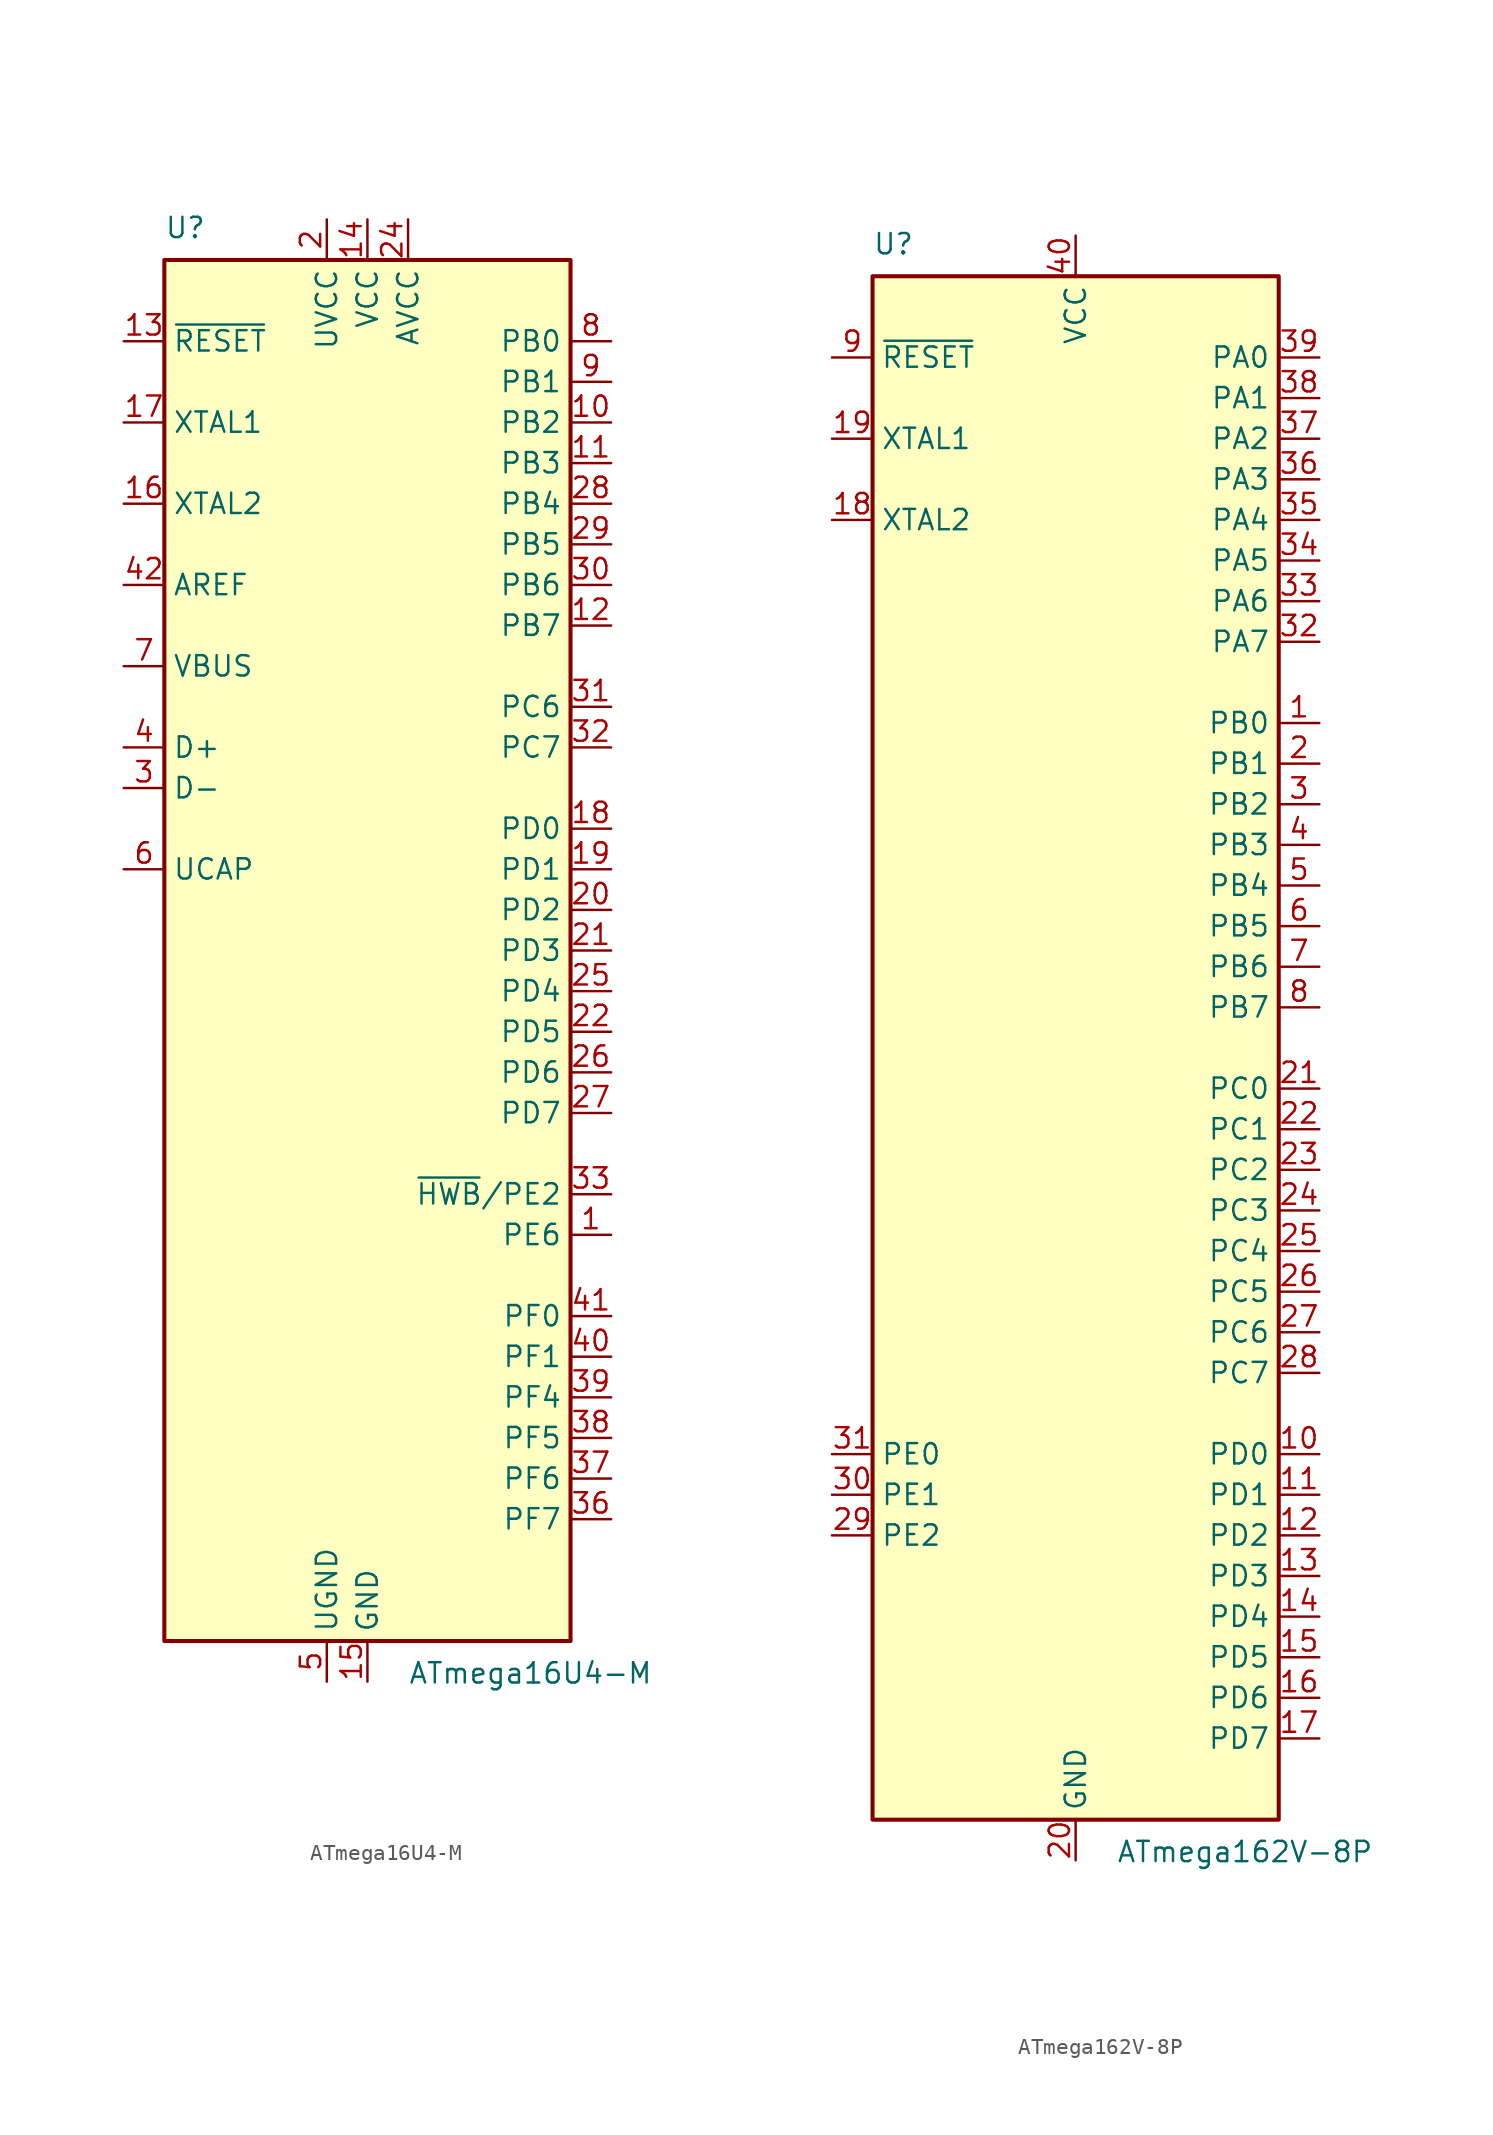
<source format=kicad_sym>
(kicad_symbol_lib
  (version 20231120)
  (generator "kicad_symbol_editor")
  (generator_version "8.0")
  (symbol "ATmega16U4-M"
    (property "Reference" "U"
      (at -12.7 44.45 0)
      (effects (font (size 1.27 1.27)) (justify left bottom)))
    (property "Value" "ATmega16U4-M"
      (at 2.54 -44.45 0)
      (effects (font (size 1.27 1.27)) (justify left top)))
    (symbol "ATmega16U4-M_0_1"
      (rectangle (start -12.7 -43.18) (end 12.7 43.18) (stroke (width 0.254) (type default)) (fill (type background))))
    (symbol "ATmega16U4-M_1_1"
      (pin bidirectional line (at 15.24 -17.78 180) (length 2.54) (name "PE6" (effects (font (size 1.27 1.27)))) (number "1" (effects (font (size 1.27 1.27)))))
      (pin bidirectional line (at 15.24 33.02 180) (length 2.54) (name "PB2" (effects (font (size 1.27 1.27)))) (number "10" (effects (font (size 1.27 1.27)))))
      (pin bidirectional line (at 15.24 30.48 180) (length 2.54) (name "PB3" (effects (font (size 1.27 1.27)))) (number "11" (effects (font (size 1.27 1.27)))))
      (pin bidirectional line (at 15.24 20.32 180) (length 2.54) (name "PB7" (effects (font (size 1.27 1.27)))) (number "12" (effects (font (size 1.27 1.27)))))
      (pin input line (at -15.24 38.1 0) (length 2.54) (name "~{RESET}" (effects (font (size 1.27 1.27)))) (number "13" (effects (font (size 1.27 1.27)))))
      (pin power_in line (at 0 45.72 270) (length 2.54) (name "VCC" (effects (font (size 1.27 1.27)))) (number "14" (effects (font (size 1.27 1.27)))))
      (pin power_in line (at 0 -45.72 90) (length 2.54) (name "GND" (effects (font (size 1.27 1.27)))) (number "15" (effects (font (size 1.27 1.27)))))
      (pin output line (at -15.24 27.94 0) (length 2.54) (name "XTAL2" (effects (font (size 1.27 1.27)))) (number "16" (effects (font (size 1.27 1.27)))))
      (pin input line (at -15.24 33.02 0) (length 2.54) (name "XTAL1" (effects (font (size 1.27 1.27)))) (number "17" (effects (font (size 1.27 1.27)))))
      (pin bidirectional line (at 15.24 7.62 180) (length 2.54) (name "PD0" (effects (font (size 1.27 1.27)))) (number "18" (effects (font (size 1.27 1.27)))))
      (pin bidirectional line (at 15.24 5.08 180) (length 2.54) (name "PD1" (effects (font (size 1.27 1.27)))) (number "19" (effects (font (size 1.27 1.27)))))
      (pin power_in line (at -2.54 45.72 270) (length 2.54) (name "UVCC" (effects (font (size 1.27 1.27)))) (number "2" (effects (font (size 1.27 1.27)))))
      (pin bidirectional line (at 15.24 2.54 180) (length 2.54) (name "PD2" (effects (font (size 1.27 1.27)))) (number "20" (effects (font (size 1.27 1.27)))))
      (pin bidirectional line (at 15.24 0 180) (length 2.54) (name "PD3" (effects (font (size 1.27 1.27)))) (number "21" (effects (font (size 1.27 1.27)))))
      (pin bidirectional line (at 15.24 -5.08 180) (length 2.54) (name "PD5" (effects (font (size 1.27 1.27)))) (number "22" (effects (font (size 1.27 1.27)))))
      (pin passive line (at 0 -45.72 90) (length 2.54) hide (name "GND" (effects (font (size 1.27 1.27)))) (number "23" (effects (font (size 1.27 1.27)))))
      (pin power_in line (at 2.54 45.72 270) (length 2.54) (name "AVCC" (effects (font (size 1.27 1.27)))) (number "24" (effects (font (size 1.27 1.27)))))
      (pin bidirectional line (at 15.24 -2.54 180) (length 2.54) (name "PD4" (effects (font (size 1.27 1.27)))) (number "25" (effects (font (size 1.27 1.27)))))
      (pin bidirectional line (at 15.24 -7.62 180) (length 2.54) (name "PD6" (effects (font (size 1.27 1.27)))) (number "26" (effects (font (size 1.27 1.27)))))
      (pin bidirectional line (at 15.24 -10.16 180) (length 2.54) (name "PD7" (effects (font (size 1.27 1.27)))) (number "27" (effects (font (size 1.27 1.27)))))
      (pin bidirectional line (at 15.24 27.94 180) (length 2.54) (name "PB4" (effects (font (size 1.27 1.27)))) (number "28" (effects (font (size 1.27 1.27)))))
      (pin bidirectional line (at 15.24 25.4 180) (length 2.54) (name "PB5" (effects (font (size 1.27 1.27)))) (number "29" (effects (font (size 1.27 1.27)))))
      (pin bidirectional line (at -15.24 10.16 0) (length 2.54) (name "D-" (effects (font (size 1.27 1.27)))) (number "3" (effects (font (size 1.27 1.27)))))
      (pin bidirectional line (at 15.24 22.86 180) (length 2.54) (name "PB6" (effects (font (size 1.27 1.27)))) (number "30" (effects (font (size 1.27 1.27)))))
      (pin bidirectional line (at 15.24 15.24 180) (length 2.54) (name "PC6" (effects (font (size 1.27 1.27)))) (number "31" (effects (font (size 1.27 1.27)))))
      (pin bidirectional line (at 15.24 12.7 180) (length 2.54) (name "PC7" (effects (font (size 1.27 1.27)))) (number "32" (effects (font (size 1.27 1.27)))))
      (pin bidirectional line (at 15.24 -15.24 180) (length 2.54) (name "~{HWB}/PE2" (effects (font (size 1.27 1.27)))) (number "33" (effects (font (size 1.27 1.27)))))
      (pin passive line (at 0 45.72 270) (length 2.54) hide (name "VCC" (effects (font (size 1.27 1.27)))) (number "34" (effects (font (size 1.27 1.27)))))
      (pin passive line (at 0 -45.72 90) (length 2.54) hide (name "GND" (effects (font (size 1.27 1.27)))) (number "35" (effects (font (size 1.27 1.27)))))
      (pin bidirectional line (at 15.24 -35.56 180) (length 2.54) (name "PF7" (effects (font (size 1.27 1.27)))) (number "36" (effects (font (size 1.27 1.27)))))
      (pin bidirectional line (at 15.24 -33.02 180) (length 2.54) (name "PF6" (effects (font (size 1.27 1.27)))) (number "37" (effects (font (size 1.27 1.27)))))
      (pin bidirectional line (at 15.24 -30.48 180) (length 2.54) (name "PF5" (effects (font (size 1.27 1.27)))) (number "38" (effects (font (size 1.27 1.27)))))
      (pin bidirectional line (at 15.24 -27.94 180) (length 2.54) (name "PF4" (effects (font (size 1.27 1.27)))) (number "39" (effects (font (size 1.27 1.27)))))
      (pin bidirectional line (at -15.24 12.7 0) (length 2.54) (name "D+" (effects (font (size 1.27 1.27)))) (number "4" (effects (font (size 1.27 1.27)))))
      (pin bidirectional line (at 15.24 -25.4 180) (length 2.54) (name "PF1" (effects (font (size 1.27 1.27)))) (number "40" (effects (font (size 1.27 1.27)))))
      (pin bidirectional line (at 15.24 -22.86 180) (length 2.54) (name "PF0" (effects (font (size 1.27 1.27)))) (number "41" (effects (font (size 1.27 1.27)))))
      (pin passive line (at -15.24 22.86 0) (length 2.54) (name "AREF" (effects (font (size 1.27 1.27)))) (number "42" (effects (font (size 1.27 1.27)))))
      (pin passive line (at 0 -45.72 90) (length 2.54) hide (name "GND" (effects (font (size 1.27 1.27)))) (number "43" (effects (font (size 1.27 1.27)))))
      (pin passive line (at 2.54 45.72 270) (length 2.54) hide (name "AVCC" (effects (font (size 1.27 1.27)))) (number "44" (effects (font (size 1.27 1.27)))))
      (pin passive line (at 0 -45.72 90) (length 2.54) hide (name "GND" (effects (font (size 1.27 1.27)))) (number "45" (effects (font (size 1.27 1.27)))))
      (pin passive line (at -2.54 -45.72 90) (length 2.54) (name "UGND" (effects (font (size 1.27 1.27)))) (number "5" (effects (font (size 1.27 1.27)))))
      (pin passive line (at -15.24 5.08 0) (length 2.54) (name "UCAP" (effects (font (size 1.27 1.27)))) (number "6" (effects (font (size 1.27 1.27)))))
      (pin input line (at -15.24 17.78 0) (length 2.54) (name "VBUS" (effects (font (size 1.27 1.27)))) (number "7" (effects (font (size 1.27 1.27)))))
      (pin bidirectional line (at 15.24 38.1 180) (length 2.54) (name "PB0" (effects (font (size 1.27 1.27)))) (number "8" (effects (font (size 1.27 1.27)))))
      (pin bidirectional line (at 15.24 35.56 180) (length 2.54) (name "PB1" (effects (font (size 1.27 1.27)))) (number "9" (effects (font (size 1.27 1.27)))))))
  (symbol "ATmega162V-8P"
    (property "Reference" "U"
      (at -12.7 49.53 0)
      (effects (font (size 1.27 1.27)) (justify left bottom)))
    (property "Value" "ATmega162V-8P"
      (at 2.54 -49.53 0)
      (effects (font (size 1.27 1.27)) (justify left top)))
    (symbol "ATmega162V-8P_0_1"
      (rectangle (start -12.7 -48.26) (end 12.7 48.26) (stroke (width 0.254) (type default)) (fill (type background))))
    (symbol "ATmega162V-8P_1_1"
      (pin bidirectional line (at 15.24 20.32 180) (length 2.54) (name "PB0" (effects (font (size 1.27 1.27)))) (number "1" (effects (font (size 1.27 1.27)))))
      (pin bidirectional line (at 15.24 -25.4 180) (length 2.54) (name "PD0" (effects (font (size 1.27 1.27)))) (number "10" (effects (font (size 1.27 1.27)))))
      (pin bidirectional line (at 15.24 -27.94 180) (length 2.54) (name "PD1" (effects (font (size 1.27 1.27)))) (number "11" (effects (font (size 1.27 1.27)))))
      (pin bidirectional line (at 15.24 -30.48 180) (length 2.54) (name "PD2" (effects (font (size 1.27 1.27)))) (number "12" (effects (font (size 1.27 1.27)))))
      (pin bidirectional line (at 15.24 -33.02 180) (length 2.54) (name "PD3" (effects (font (size 1.27 1.27)))) (number "13" (effects (font (size 1.27 1.27)))))
      (pin bidirectional line (at 15.24 -35.56 180) (length 2.54) (name "PD4" (effects (font (size 1.27 1.27)))) (number "14" (effects (font (size 1.27 1.27)))))
      (pin bidirectional line (at 15.24 -38.1 180) (length 2.54) (name "PD5" (effects (font (size 1.27 1.27)))) (number "15" (effects (font (size 1.27 1.27)))))
      (pin bidirectional line (at 15.24 -40.64 180) (length 2.54) (name "PD6" (effects (font (size 1.27 1.27)))) (number "16" (effects (font (size 1.27 1.27)))))
      (pin bidirectional line (at 15.24 -43.18 180) (length 2.54) (name "PD7" (effects (font (size 1.27 1.27)))) (number "17" (effects (font (size 1.27 1.27)))))
      (pin output line (at -15.24 33.02 0) (length 2.54) (name "XTAL2" (effects (font (size 1.27 1.27)))) (number "18" (effects (font (size 1.27 1.27)))))
      (pin input line (at -15.24 38.1 0) (length 2.54) (name "XTAL1" (effects (font (size 1.27 1.27)))) (number "19" (effects (font (size 1.27 1.27)))))
      (pin bidirectional line (at 15.24 17.78 180) (length 2.54) (name "PB1" (effects (font (size 1.27 1.27)))) (number "2" (effects (font (size 1.27 1.27)))))
      (pin power_in line (at 0 -50.8 90) (length 2.54) (name "GND" (effects (font (size 1.27 1.27)))) (number "20" (effects (font (size 1.27 1.27)))))
      (pin bidirectional line (at 15.24 -2.54 180) (length 2.54) (name "PC0" (effects (font (size 1.27 1.27)))) (number "21" (effects (font (size 1.27 1.27)))))
      (pin bidirectional line (at 15.24 -5.08 180) (length 2.54) (name "PC1" (effects (font (size 1.27 1.27)))) (number "22" (effects (font (size 1.27 1.27)))))
      (pin bidirectional line (at 15.24 -7.62 180) (length 2.54) (name "PC2" (effects (font (size 1.27 1.27)))) (number "23" (effects (font (size 1.27 1.27)))))
      (pin bidirectional line (at 15.24 -10.16 180) (length 2.54) (name "PC3" (effects (font (size 1.27 1.27)))) (number "24" (effects (font (size 1.27 1.27)))))
      (pin bidirectional line (at 15.24 -12.7 180) (length 2.54) (name "PC4" (effects (font (size 1.27 1.27)))) (number "25" (effects (font (size 1.27 1.27)))))
      (pin bidirectional line (at 15.24 -15.24 180) (length 2.54) (name "PC5" (effects (font (size 1.27 1.27)))) (number "26" (effects (font (size 1.27 1.27)))))
      (pin bidirectional line (at 15.24 -17.78 180) (length 2.54) (name "PC6" (effects (font (size 1.27 1.27)))) (number "27" (effects (font (size 1.27 1.27)))))
      (pin bidirectional line (at 15.24 -20.32 180) (length 2.54) (name "PC7" (effects (font (size 1.27 1.27)))) (number "28" (effects (font (size 1.27 1.27)))))
      (pin bidirectional line (at -15.24 -30.48 0) (length 2.54) (name "PE2" (effects (font (size 1.27 1.27)))) (number "29" (effects (font (size 1.27 1.27)))))
      (pin bidirectional line (at 15.24 15.24 180) (length 2.54) (name "PB2" (effects (font (size 1.27 1.27)))) (number "3" (effects (font (size 1.27 1.27)))))
      (pin bidirectional line (at -15.24 -27.94 0) (length 2.54) (name "PE1" (effects (font (size 1.27 1.27)))) (number "30" (effects (font (size 1.27 1.27)))))
      (pin bidirectional line (at -15.24 -25.4 0) (length 2.54) (name "PE0" (effects (font (size 1.27 1.27)))) (number "31" (effects (font (size 1.27 1.27)))))
      (pin bidirectional line (at 15.24 25.4 180) (length 2.54) (name "PA7" (effects (font (size 1.27 1.27)))) (number "32" (effects (font (size 1.27 1.27)))))
      (pin bidirectional line (at 15.24 27.94 180) (length 2.54) (name "PA6" (effects (font (size 1.27 1.27)))) (number "33" (effects (font (size 1.27 1.27)))))
      (pin bidirectional line (at 15.24 30.48 180) (length 2.54) (name "PA5" (effects (font (size 1.27 1.27)))) (number "34" (effects (font (size 1.27 1.27)))))
      (pin bidirectional line (at 15.24 33.02 180) (length 2.54) (name "PA4" (effects (font (size 1.27 1.27)))) (number "35" (effects (font (size 1.27 1.27)))))
      (pin bidirectional line (at 15.24 35.56 180) (length 2.54) (name "PA3" (effects (font (size 1.27 1.27)))) (number "36" (effects (font (size 1.27 1.27)))))
      (pin bidirectional line (at 15.24 38.1 180) (length 2.54) (name "PA2" (effects (font (size 1.27 1.27)))) (number "37" (effects (font (size 1.27 1.27)))))
      (pin bidirectional line (at 15.24 40.64 180) (length 2.54) (name "PA1" (effects (font (size 1.27 1.27)))) (number "38" (effects (font (size 1.27 1.27)))))
      (pin bidirectional line (at 15.24 43.18 180) (length 2.54) (name "PA0" (effects (font (size 1.27 1.27)))) (number "39" (effects (font (size 1.27 1.27)))))
      (pin bidirectional line (at 15.24 12.7 180) (length 2.54) (name "PB3" (effects (font (size 1.27 1.27)))) (number "4" (effects (font (size 1.27 1.27)))))
      (pin power_in line (at 0 50.8 270) (length 2.54) (name "VCC" (effects (font (size 1.27 1.27)))) (number "40" (effects (font (size 1.27 1.27)))))
      (pin bidirectional line (at 15.24 10.16 180) (length 2.54) (name "PB4" (effects (font (size 1.27 1.27)))) (number "5" (effects (font (size 1.27 1.27)))))
      (pin bidirectional line (at 15.24 7.62 180) (length 2.54) (name "PB5" (effects (font (size 1.27 1.27)))) (number "6" (effects (font (size 1.27 1.27)))))
      (pin bidirectional line (at 15.24 5.08 180) (length 2.54) (name "PB6" (effects (font (size 1.27 1.27)))) (number "7" (effects (font (size 1.27 1.27)))))
      (pin bidirectional line (at 15.24 2.54 180) (length 2.54) (name "PB7" (effects (font (size 1.27 1.27)))) (number "8" (effects (font (size 1.27 1.27)))))
      (pin input line (at -15.24 43.18 0) (length 2.54) (name "~{RESET}" (effects (font (size 1.27 1.27)))) (number "9" (effects (font (size 1.27 1.27))))))))
</source>
